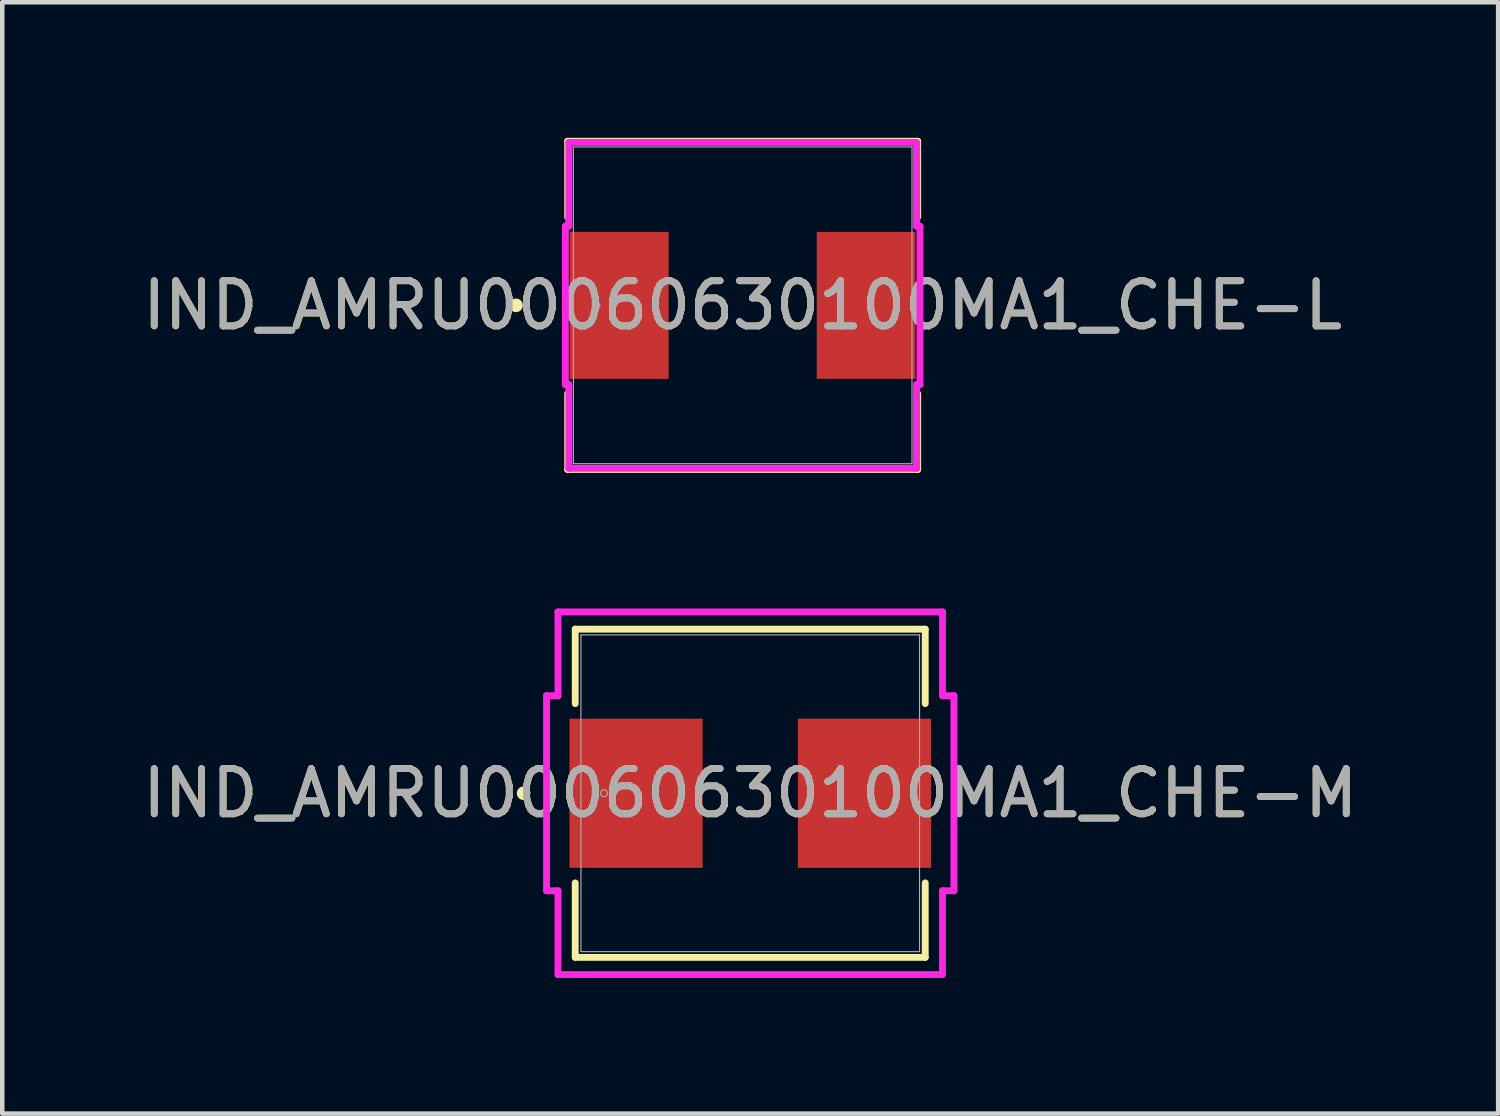
<source format=kicad_pcb>
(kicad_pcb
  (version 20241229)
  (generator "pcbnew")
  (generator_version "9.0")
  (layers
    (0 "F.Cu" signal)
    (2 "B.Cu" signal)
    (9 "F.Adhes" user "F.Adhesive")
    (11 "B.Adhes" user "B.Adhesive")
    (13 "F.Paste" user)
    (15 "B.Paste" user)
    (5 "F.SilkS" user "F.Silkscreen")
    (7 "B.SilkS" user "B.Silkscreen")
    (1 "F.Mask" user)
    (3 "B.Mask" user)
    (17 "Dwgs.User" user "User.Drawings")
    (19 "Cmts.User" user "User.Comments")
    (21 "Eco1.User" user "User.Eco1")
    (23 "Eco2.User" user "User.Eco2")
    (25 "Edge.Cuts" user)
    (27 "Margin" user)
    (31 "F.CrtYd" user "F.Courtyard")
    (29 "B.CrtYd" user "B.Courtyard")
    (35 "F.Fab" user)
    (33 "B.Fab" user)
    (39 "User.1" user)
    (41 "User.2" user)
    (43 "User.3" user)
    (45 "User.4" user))
  (footprint "IND_AMRU00060630100MA1_CHE-M"
    (layer "F.Cu")
    (at 13.554 14.506)
    (property "Reference" "IND_AMRU00060630100MA1_CHE-M" (at 0 0 0) (unlocked yes) (layer "F.SilkS") (effects (font (size 1 1) (thickness 0.15))))
    (attr smd)
    (fp_line (start -3.873 -3.632) (end -3.873 -1.984) (stroke (width 0.152) (type solid)) (layer "F.SilkS"))
    (fp_line (start -3.873 1.984) (end -3.873 3.632) (stroke (width 0.152) (type solid)) (layer "F.SilkS"))
    (fp_line (start -3.873 3.632) (end 3.873 3.632) (stroke (width 0.152) (type solid)) (layer "F.SilkS"))
    (fp_line (start 3.873 -3.632) (end -3.873 -3.632) (stroke (width 0.152) (type solid)) (layer "F.SilkS"))
    (fp_line (start 3.873 -1.984) (end 3.873 -3.632) (stroke (width 0.152) (type solid)) (layer "F.SilkS"))
    (fp_line (start 3.873 3.632) (end 3.873 1.984) (stroke (width 0.152) (type solid)) (layer "F.SilkS"))
    (fp_circle (center -5.016 0) (end -4.94 0) (stroke (width 0.152) (type solid)) (fill no) (layer "F.SilkS"))
    (fp_line (start -4.508 -2.159) (end -4.255 -2.159) (stroke (width 0.152) (type solid)) (layer "F.CrtYd"))
    (fp_line (start -4.508 2.159) (end -4.508 -2.159) (stroke (width 0.152) (type solid)) (layer "F.CrtYd"))
    (fp_line (start -4.255 -4.013) (end 4.255 -4.013) (stroke (width 0.152) (type solid)) (layer "F.CrtYd"))
    (fp_line (start -4.255 -2.159) (end -4.255 -4.013) (stroke (width 0.152) (type solid)) (layer "F.CrtYd"))
    (fp_line (start -4.255 2.159) (end -4.508 2.159) (stroke (width 0.152) (type solid)) (layer "F.CrtYd"))
    (fp_line (start -4.255 4.013) (end -4.255 2.159) (stroke (width 0.152) (type solid)) (layer "F.CrtYd"))
    (fp_line (start 4.255 -4.013) (end 4.255 -2.159) (stroke (width 0.152) (type solid)) (layer "F.CrtYd"))
    (fp_line (start 4.255 -2.159) (end 4.508 -2.159) (stroke (width 0.152) (type solid)) (layer "F.CrtYd"))
    (fp_line (start 4.255 2.159) (end 4.255 4.013) (stroke (width 0.152) (type solid)) (layer "F.CrtYd"))
    (fp_line (start 4.255 4.013) (end -4.255 4.013) (stroke (width 0.152) (type solid)) (layer "F.CrtYd"))
    (fp_line (start 4.508 -2.159) (end 4.508 2.159) (stroke (width 0.152) (type solid)) (layer "F.CrtYd"))
    (fp_line (start 4.508 2.159) (end 4.255 2.159) (stroke (width 0.152) (type solid)) (layer "F.CrtYd"))
    (fp_line (start -3.747 -3.505) (end -3.747 3.505) (stroke (width 0.025) (type solid)) (layer "F.Fab"))
    (fp_line (start -3.747 3.505) (end 3.747 3.505) (stroke (width 0.025) (type solid)) (layer "F.Fab"))
    (fp_line (start 3.747 -3.505) (end -3.747 -3.505) (stroke (width 0.025) (type solid)) (layer "F.Fab"))
    (fp_line (start 3.747 3.505) (end 3.747 -3.505) (stroke (width 0.025) (type solid)) (layer "F.Fab"))
    (fp_circle (center -3.239 0) (end -3.162 0) (stroke (width 0.025) (type solid)) (fill no) (layer "F.Fab"))
    (fp_text user "${REFERENCE}" (at 0 0 0) (unlocked yes) (layer "F.Fab") (effects (font (size 1 1) (thickness 0.15))))
    (pad "1" smd rect (at -2.527 0 90) (size 3.302 2.946) (layers "F.Cu" "F.Mask" "F.Paste"))
    (pad "2" smd rect (at 2.527 0 90) (size 3.302 2.946) (layers "F.Cu" "F.Mask" "F.Paste"))
    (zone (net_name "") (layer "F.Cu") (hatch full 0.508) (connect_pads) (min_thickness 0.254) (filled_areas_thickness no) (keepout (tracks not_allowed) (vias not_allowed) (pads allowed) (copperpour not_allowed) (footprints allowed)) (placement (enabled no)) (fill) (polygon (pts (xy 9.858 11.052) (xy 17.249 11.052) (xy 17.249 12.804) (xy 9.858 12.804))))
    (zone (net_name "") (layer "F.Cu") (hatch full 0.508) (connect_pads) (min_thickness 0.254) (filled_areas_thickness no) (keepout (tracks not_allowed) (vias not_allowed) (pads allowed) (copperpour not_allowed) (footprints allowed)) (placement (enabled no)) (fill) (polygon (pts (xy 9.858 16.208) (xy 17.249 16.208) (xy 17.249 17.961) (xy 9.858 17.961))))
    (zone (net_name "") (layer "F.Cu") (hatch full 0.508) (connect_pads) (min_thickness 0.254) (filled_areas_thickness no) (keepout (tracks not_allowed) (vias not_allowed) (pads allowed) (copperpour not_allowed) (footprints allowed)) (placement (enabled no)) (fill) (polygon (pts (xy 12.55 12.804) (xy 14.557 12.804) (xy 14.557 16.208) (xy 12.55 16.208)))))
  (footprint "IND_AMRU00060630100MA1_CHE-L"
    (layer "F.Cu")
    (at 13.387 3.708)
    (property "Reference" "IND_AMRU00060630100MA1_CHE-L" (at 0 0 0) (unlocked yes) (layer "F.SilkS") (effects (font (size 1 1) (thickness 0.15))))
    (attr smd)
    (fp_line (start -3.873 -3.632) (end -3.873 -1.954) (stroke (width 0.152) (type solid)) (layer "F.SilkS"))
    (fp_line (start -3.873 1.954) (end -3.873 3.632) (stroke (width 0.152) (type solid)) (layer "F.SilkS"))
    (fp_line (start -3.873 3.632) (end 3.873 3.632) (stroke (width 0.152) (type solid)) (layer "F.SilkS"))
    (fp_line (start 3.873 -3.632) (end -3.873 -3.632) (stroke (width 0.152) (type solid)) (layer "F.SilkS"))
    (fp_line (start 3.873 -1.954) (end 3.873 -3.632) (stroke (width 0.152) (type solid)) (layer "F.SilkS"))
    (fp_line (start 3.873 3.632) (end 3.873 1.954) (stroke (width 0.152) (type solid)) (layer "F.SilkS"))
    (fp_circle (center -5.016 0) (end -4.94 0) (stroke (width 0.152) (type solid)) (fill no) (layer "F.SilkS"))
    (fp_line (start -3.924 -1.753) (end -3.848 -1.753) (stroke (width 0.152) (type solid)) (layer "F.CrtYd"))
    (fp_line (start -3.924 1.753) (end -3.924 -1.753) (stroke (width 0.152) (type solid)) (layer "F.CrtYd"))
    (fp_line (start -3.848 -3.607) (end 3.848 -3.607) (stroke (width 0.152) (type solid)) (layer "F.CrtYd"))
    (fp_line (start -3.848 -1.753) (end -3.848 -3.607) (stroke (width 0.152) (type solid)) (layer "F.CrtYd"))
    (fp_line (start -3.848 1.753) (end -3.924 1.753) (stroke (width 0.152) (type solid)) (layer "F.CrtYd"))
    (fp_line (start -3.848 3.607) (end -3.848 1.753) (stroke (width 0.152) (type solid)) (layer "F.CrtYd"))
    (fp_line (start 3.848 -3.607) (end 3.848 -1.753) (stroke (width 0.152) (type solid)) (layer "F.CrtYd"))
    (fp_line (start 3.848 -1.753) (end 3.924 -1.753) (stroke (width 0.152) (type solid)) (layer "F.CrtYd"))
    (fp_line (start 3.848 1.753) (end 3.848 3.607) (stroke (width 0.152) (type solid)) (layer "F.CrtYd"))
    (fp_line (start 3.848 3.607) (end -3.848 3.607) (stroke (width 0.152) (type solid)) (layer "F.CrtYd"))
    (fp_line (start 3.924 -1.753) (end 3.924 1.753) (stroke (width 0.152) (type solid)) (layer "F.CrtYd"))
    (fp_line (start 3.924 1.753) (end 3.848 1.753) (stroke (width 0.152) (type solid)) (layer "F.CrtYd"))
    (fp_line (start -3.747 -3.505) (end -3.747 3.505) (stroke (width 0.025) (type solid)) (layer "F.Fab"))
    (fp_line (start -3.747 3.505) (end 3.747 3.505) (stroke (width 0.025) (type solid)) (layer "F.Fab"))
    (fp_line (start 3.747 -3.505) (end -3.747 -3.505) (stroke (width 0.025) (type solid)) (layer "F.Fab"))
    (fp_line (start 3.747 3.505) (end 3.747 -3.505) (stroke (width 0.025) (type solid)) (layer "F.Fab"))
    (fp_circle (center -3.239 0) (end -3.162 0) (stroke (width 0.025) (type solid)) (fill no) (layer "F.Fab"))
    (fp_text user "${REFERENCE}" (at 0 0 0) (unlocked yes) (layer "F.Fab") (effects (font (size 1 1) (thickness 0.15))))
    (pad "1" smd rect (at -2.731 0 90) (size 3.251 2.184) (layers "F.Cu" "F.Mask" "F.Paste"))
    (pad "2" smd rect (at 2.731 0 90) (size 3.251 2.184) (layers "F.Cu" "F.Mask" "F.Paste"))
    (zone (net_name "") (layer "F.Cu") (hatch full 0.508) (connect_pads) (min_thickness 0.254) (filled_areas_thickness no) (keepout (tracks not_allowed) (vias not_allowed) (pads allowed) (copperpour not_allowed) (footprints allowed)) (placement (enabled no)) (fill) (polygon (pts (xy 9.691 0.254) (xy 17.083 0.254) (xy 17.083 2.007) (xy 9.691 2.007))))
    (zone (net_name "") (layer "F.Cu") (hatch full 0.508) (connect_pads) (min_thickness 0.254) (filled_areas_thickness no) (keepout (tracks not_allowed) (vias not_allowed) (pads allowed) (copperpour not_allowed) (footprints allowed)) (placement (enabled no)) (fill) (polygon (pts (xy 9.691 5.41) (xy 17.083 5.41) (xy 17.083 7.163) (xy 9.691 7.163))))
    (zone (net_name "") (layer "F.Cu") (hatch full 0.508) (connect_pads) (min_thickness 0.254) (filled_areas_thickness no) (keepout (tracks not_allowed) (vias not_allowed) (pads allowed) (copperpour not_allowed) (footprints allowed)) (placement (enabled no)) (fill) (polygon (pts (xy 11.799 2.007) (xy 14.974 2.007) (xy 14.974 5.41) (xy 11.799 5.41)))))
  (gr_rect
    (start -3 -3)
    (end 30.107 21.596)
    (stroke (width 0.1) (type default))
    (fill no)
    (layer "Edge.Cuts")))
</source>
